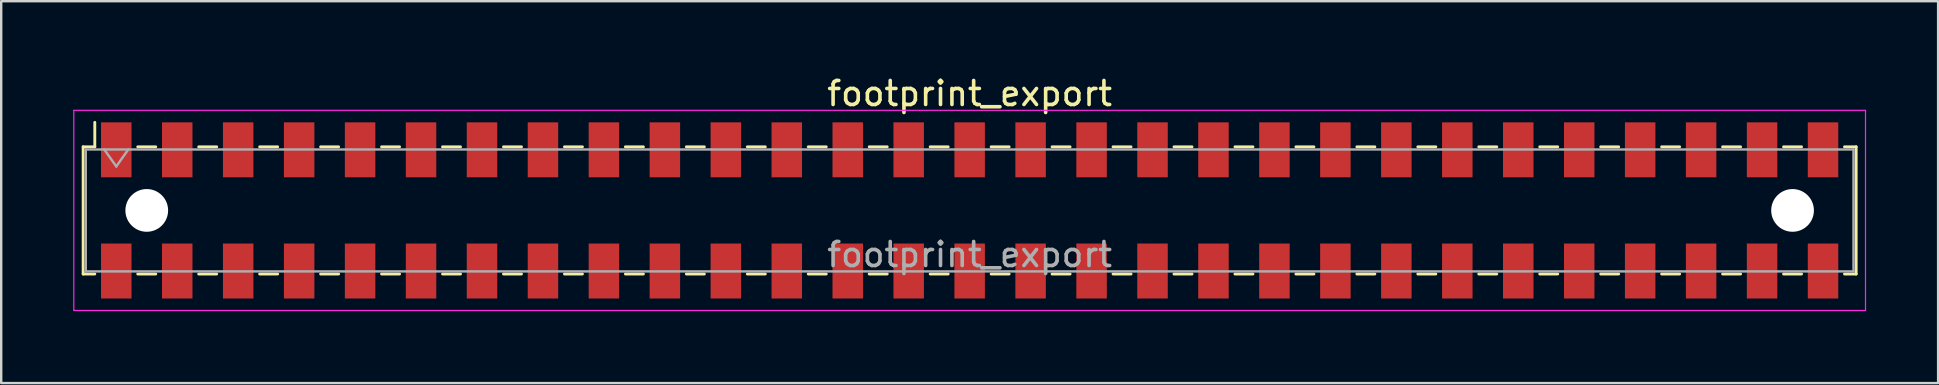
<source format=kicad_pcb>
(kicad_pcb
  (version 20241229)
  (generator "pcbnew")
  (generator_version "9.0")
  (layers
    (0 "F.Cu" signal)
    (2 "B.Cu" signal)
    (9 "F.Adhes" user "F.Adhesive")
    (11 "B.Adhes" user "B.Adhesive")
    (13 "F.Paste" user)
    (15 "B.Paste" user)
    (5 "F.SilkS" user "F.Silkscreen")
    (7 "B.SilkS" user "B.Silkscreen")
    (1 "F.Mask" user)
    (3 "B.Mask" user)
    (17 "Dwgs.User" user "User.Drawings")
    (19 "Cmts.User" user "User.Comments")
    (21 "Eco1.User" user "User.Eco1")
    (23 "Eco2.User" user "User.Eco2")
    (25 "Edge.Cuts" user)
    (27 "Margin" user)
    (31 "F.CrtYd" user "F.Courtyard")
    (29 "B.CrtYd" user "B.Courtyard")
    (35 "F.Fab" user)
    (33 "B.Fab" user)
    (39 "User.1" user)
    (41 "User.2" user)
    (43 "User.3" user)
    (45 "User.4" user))
  (footprint "footprint_export"
    (layer "F.Cu")
    (at 37.355 5.718)
    (property "Reference" "footprint_export" (at 0 -4.87 0) (layer "F.SilkS") (effects (font (size 1 1) (thickness 0.15))))
    (attr smd)
    (fp_line (start -36.94 -2.65) (end -36.94 2.65) (stroke (width 0.12) (type solid)) (layer "F.SilkS"))
    (fp_line (start -36.94 2.65) (end -36.455 2.65) (stroke (width 0.12) (type solid)) (layer "F.SilkS"))
    (fp_line (start -36.455 -3.67) (end -36.455 -2.65) (stroke (width 0.12) (type solid)) (layer "F.SilkS"))
    (fp_line (start -36.455 -2.65) (end -36.94 -2.65) (stroke (width 0.12) (type solid)) (layer "F.SilkS"))
    (fp_line (start -34.665 -2.65) (end -33.915 -2.65) (stroke (width 0.12) (type solid)) (layer "F.SilkS"))
    (fp_line (start -34.665 2.65) (end -33.915 2.65) (stroke (width 0.12) (type solid)) (layer "F.SilkS"))
    (fp_line (start -32.125 -2.65) (end -31.375 -2.65) (stroke (width 0.12) (type solid)) (layer "F.SilkS"))
    (fp_line (start -32.125 2.65) (end -31.375 2.65) (stroke (width 0.12) (type solid)) (layer "F.SilkS"))
    (fp_line (start -29.585 -2.65) (end -28.835 -2.65) (stroke (width 0.12) (type solid)) (layer "F.SilkS"))
    (fp_line (start -29.585 2.65) (end -28.835 2.65) (stroke (width 0.12) (type solid)) (layer "F.SilkS"))
    (fp_line (start -27.045 -2.65) (end -26.295 -2.65) (stroke (width 0.12) (type solid)) (layer "F.SilkS"))
    (fp_line (start -27.045 2.65) (end -26.295 2.65) (stroke (width 0.12) (type solid)) (layer "F.SilkS"))
    (fp_line (start -24.505 -2.65) (end -23.755 -2.65) (stroke (width 0.12) (type solid)) (layer "F.SilkS"))
    (fp_line (start -24.505 2.65) (end -23.755 2.65) (stroke (width 0.12) (type solid)) (layer "F.SilkS"))
    (fp_line (start -21.965 -2.65) (end -21.215 -2.65) (stroke (width 0.12) (type solid)) (layer "F.SilkS"))
    (fp_line (start -21.965 2.65) (end -21.215 2.65) (stroke (width 0.12) (type solid)) (layer "F.SilkS"))
    (fp_line (start -19.425 -2.65) (end -18.675 -2.65) (stroke (width 0.12) (type solid)) (layer "F.SilkS"))
    (fp_line (start -19.425 2.65) (end -18.675 2.65) (stroke (width 0.12) (type solid)) (layer "F.SilkS"))
    (fp_line (start -16.885 -2.65) (end -16.135 -2.65) (stroke (width 0.12) (type solid)) (layer "F.SilkS"))
    (fp_line (start -16.885 2.65) (end -16.135 2.65) (stroke (width 0.12) (type solid)) (layer "F.SilkS"))
    (fp_line (start -14.345 -2.65) (end -13.595 -2.65) (stroke (width 0.12) (type solid)) (layer "F.SilkS"))
    (fp_line (start -14.345 2.65) (end -13.595 2.65) (stroke (width 0.12) (type solid)) (layer "F.SilkS"))
    (fp_line (start -11.805 -2.65) (end -11.055 -2.65) (stroke (width 0.12) (type solid)) (layer "F.SilkS"))
    (fp_line (start -11.805 2.65) (end -11.055 2.65) (stroke (width 0.12) (type solid)) (layer "F.SilkS"))
    (fp_line (start -9.265 -2.65) (end -8.515 -2.65) (stroke (width 0.12) (type solid)) (layer "F.SilkS"))
    (fp_line (start -9.265 2.65) (end -8.515 2.65) (stroke (width 0.12) (type solid)) (layer "F.SilkS"))
    (fp_line (start -6.725 -2.65) (end -5.975 -2.65) (stroke (width 0.12) (type solid)) (layer "F.SilkS"))
    (fp_line (start -6.725 2.65) (end -5.975 2.65) (stroke (width 0.12) (type solid)) (layer "F.SilkS"))
    (fp_line (start -4.185 -2.65) (end -3.435 -2.65) (stroke (width 0.12) (type solid)) (layer "F.SilkS"))
    (fp_line (start -4.185 2.65) (end -3.435 2.65) (stroke (width 0.12) (type solid)) (layer "F.SilkS"))
    (fp_line (start -1.645 -2.65) (end -0.895 -2.65) (stroke (width 0.12) (type solid)) (layer "F.SilkS"))
    (fp_line (start -1.645 2.65) (end -0.895 2.65) (stroke (width 0.12) (type solid)) (layer "F.SilkS"))
    (fp_line (start 0.895 -2.65) (end 1.645 -2.65) (stroke (width 0.12) (type solid)) (layer "F.SilkS"))
    (fp_line (start 0.895 2.65) (end 1.645 2.65) (stroke (width 0.12) (type solid)) (layer "F.SilkS"))
    (fp_line (start 3.435 -2.65) (end 4.185 -2.65) (stroke (width 0.12) (type solid)) (layer "F.SilkS"))
    (fp_line (start 3.435 2.65) (end 4.185 2.65) (stroke (width 0.12) (type solid)) (layer "F.SilkS"))
    (fp_line (start 5.975 -2.65) (end 6.725 -2.65) (stroke (width 0.12) (type solid)) (layer "F.SilkS"))
    (fp_line (start 5.975 2.65) (end 6.725 2.65) (stroke (width 0.12) (type solid)) (layer "F.SilkS"))
    (fp_line (start 8.515 -2.65) (end 9.265 -2.65) (stroke (width 0.12) (type solid)) (layer "F.SilkS"))
    (fp_line (start 8.515 2.65) (end 9.265 2.65) (stroke (width 0.12) (type solid)) (layer "F.SilkS"))
    (fp_line (start 11.055 -2.65) (end 11.805 -2.65) (stroke (width 0.12) (type solid)) (layer "F.SilkS"))
    (fp_line (start 11.055 2.65) (end 11.805 2.65) (stroke (width 0.12) (type solid)) (layer "F.SilkS"))
    (fp_line (start 13.595 -2.65) (end 14.345 -2.65) (stroke (width 0.12) (type solid)) (layer "F.SilkS"))
    (fp_line (start 13.595 2.65) (end 14.345 2.65) (stroke (width 0.12) (type solid)) (layer "F.SilkS"))
    (fp_line (start 16.135 -2.65) (end 16.885 -2.65) (stroke (width 0.12) (type solid)) (layer "F.SilkS"))
    (fp_line (start 16.135 2.65) (end 16.885 2.65) (stroke (width 0.12) (type solid)) (layer "F.SilkS"))
    (fp_line (start 18.675 -2.65) (end 19.425 -2.65) (stroke (width 0.12) (type solid)) (layer "F.SilkS"))
    (fp_line (start 18.675 2.65) (end 19.425 2.65) (stroke (width 0.12) (type solid)) (layer "F.SilkS"))
    (fp_line (start 21.215 -2.65) (end 21.965 -2.65) (stroke (width 0.12) (type solid)) (layer "F.SilkS"))
    (fp_line (start 21.215 2.65) (end 21.965 2.65) (stroke (width 0.12) (type solid)) (layer "F.SilkS"))
    (fp_line (start 23.755 -2.65) (end 24.505 -2.65) (stroke (width 0.12) (type solid)) (layer "F.SilkS"))
    (fp_line (start 23.755 2.65) (end 24.505 2.65) (stroke (width 0.12) (type solid)) (layer "F.SilkS"))
    (fp_line (start 26.295 -2.65) (end 27.045 -2.65) (stroke (width 0.12) (type solid)) (layer "F.SilkS"))
    (fp_line (start 26.295 2.65) (end 27.045 2.65) (stroke (width 0.12) (type solid)) (layer "F.SilkS"))
    (fp_line (start 28.835 -2.65) (end 29.585 -2.65) (stroke (width 0.12) (type solid)) (layer "F.SilkS"))
    (fp_line (start 28.835 2.65) (end 29.585 2.65) (stroke (width 0.12) (type solid)) (layer "F.SilkS"))
    (fp_line (start 31.375 -2.65) (end 32.125 -2.65) (stroke (width 0.12) (type solid)) (layer "F.SilkS"))
    (fp_line (start 31.375 2.65) (end 32.125 2.65) (stroke (width 0.12) (type solid)) (layer "F.SilkS"))
    (fp_line (start 33.915 -2.65) (end 34.665 -2.65) (stroke (width 0.12) (type solid)) (layer "F.SilkS"))
    (fp_line (start 33.915 2.65) (end 34.665 2.65) (stroke (width 0.12) (type solid)) (layer "F.SilkS"))
    (fp_line (start 36.455 -2.65) (end 36.94 -2.65) (stroke (width 0.12) (type solid)) (layer "F.SilkS"))
    (fp_line (start 36.94 -2.65) (end 36.94 2.65) (stroke (width 0.12) (type solid)) (layer "F.SilkS"))
    (fp_line (start 36.94 2.65) (end 36.455 2.65) (stroke (width 0.12) (type solid)) (layer "F.SilkS"))
    (fp_line (start -37.33 -4.17) (end 37.33 -4.17) (stroke (width 0.05) (type solid)) (layer "F.CrtYd"))
    (fp_line (start -37.33 4.17) (end -37.33 -4.17) (stroke (width 0.05) (type solid)) (layer "F.CrtYd"))
    (fp_line (start 37.33 -4.17) (end 37.33 4.17) (stroke (width 0.05) (type solid)) (layer "F.CrtYd"))
    (fp_line (start 37.33 4.17) (end -37.33 4.17) (stroke (width 0.05) (type solid)) (layer "F.CrtYd"))
    (fp_line (start -36.83 -2.54) (end 36.83 -2.54) (stroke (width 0.1) (type solid)) (layer "F.Fab"))
    (fp_line (start -36.83 2.54) (end -36.83 -2.54) (stroke (width 0.1) (type solid)) (layer "F.Fab"))
    (fp_line (start -36.06 -2.54) (end -35.56 -1.833) (stroke (width 0.1) (type solid)) (layer "F.Fab"))
    (fp_line (start -35.56 -1.833) (end -35.06 -2.54) (stroke (width 0.1) (type solid)) (layer "F.Fab"))
    (fp_line (start 36.83 -2.54) (end 36.83 2.54) (stroke (width 0.1) (type solid)) (layer "F.Fab"))
    (fp_line (start 36.83 2.54) (end -36.83 2.54) (stroke (width 0.1) (type solid)) (layer "F.Fab"))
    (fp_text user "${REFERENCE}" (at 0 1.84 0) (layer "F.Fab") (effects (font (size 1 1) (thickness 0.15))))
    (pad "" np_thru_hole circle (at -34.29 0) (size 1.78 1.78) (drill 1.78) (layers "*.Cu" "*.Mask"))
    (pad "" np_thru_hole circle (at 34.29 0) (size 1.78 1.78) (drill 1.78) (layers "*.Cu" "*.Mask"))
    (pad "1" smd rect (at -35.56 -2.525) (size 1.27 2.29) (layers "F.Cu" "F.Mask" "F.Paste"))
    (pad "2" smd rect (at -35.56 2.525) (size 1.27 2.29) (layers "F.Cu" "F.Mask" "F.Paste"))
    (pad "3" smd rect (at -33.02 -2.525) (size 1.27 2.29) (layers "F.Cu" "F.Mask" "F.Paste"))
    (pad "4" smd rect (at -33.02 2.525) (size 1.27 2.29) (layers "F.Cu" "F.Mask" "F.Paste"))
    (pad "5" smd rect (at -30.48 -2.525) (size 1.27 2.29) (layers "F.Cu" "F.Mask" "F.Paste"))
    (pad "6" smd rect (at -30.48 2.525) (size 1.27 2.29) (layers "F.Cu" "F.Mask" "F.Paste"))
    (pad "7" smd rect (at -27.94 -2.525) (size 1.27 2.29) (layers "F.Cu" "F.Mask" "F.Paste"))
    (pad "8" smd rect (at -27.94 2.525) (size 1.27 2.29) (layers "F.Cu" "F.Mask" "F.Paste"))
    (pad "9" smd rect (at -25.4 -2.525) (size 1.27 2.29) (layers "F.Cu" "F.Mask" "F.Paste"))
    (pad "10" smd rect (at -25.4 2.525) (size 1.27 2.29) (layers "F.Cu" "F.Mask" "F.Paste"))
    (pad "11" smd rect (at -22.86 -2.525) (size 1.27 2.29) (layers "F.Cu" "F.Mask" "F.Paste"))
    (pad "12" smd rect (at -22.86 2.525) (size 1.27 2.29) (layers "F.Cu" "F.Mask" "F.Paste"))
    (pad "13" smd rect (at -20.32 -2.525) (size 1.27 2.29) (layers "F.Cu" "F.Mask" "F.Paste"))
    (pad "14" smd rect (at -20.32 2.525) (size 1.27 2.29) (layers "F.Cu" "F.Mask" "F.Paste"))
    (pad "15" smd rect (at -17.78 -2.525) (size 1.27 2.29) (layers "F.Cu" "F.Mask" "F.Paste"))
    (pad "16" smd rect (at -17.78 2.525) (size 1.27 2.29) (layers "F.Cu" "F.Mask" "F.Paste"))
    (pad "17" smd rect (at -15.24 -2.525) (size 1.27 2.29) (layers "F.Cu" "F.Mask" "F.Paste"))
    (pad "18" smd rect (at -15.24 2.525) (size 1.27 2.29) (layers "F.Cu" "F.Mask" "F.Paste"))
    (pad "19" smd rect (at -12.7 -2.525) (size 1.27 2.29) (layers "F.Cu" "F.Mask" "F.Paste"))
    (pad "20" smd rect (at -12.7 2.525) (size 1.27 2.29) (layers "F.Cu" "F.Mask" "F.Paste"))
    (pad "21" smd rect (at -10.16 -2.525) (size 1.27 2.29) (layers "F.Cu" "F.Mask" "F.Paste"))
    (pad "22" smd rect (at -10.16 2.525) (size 1.27 2.29) (layers "F.Cu" "F.Mask" "F.Paste"))
    (pad "23" smd rect (at -7.62 -2.525) (size 1.27 2.29) (layers "F.Cu" "F.Mask" "F.Paste"))
    (pad "24" smd rect (at -7.62 2.525) (size 1.27 2.29) (layers "F.Cu" "F.Mask" "F.Paste"))
    (pad "25" smd rect (at -5.08 -2.525) (size 1.27 2.29) (layers "F.Cu" "F.Mask" "F.Paste"))
    (pad "26" smd rect (at -5.08 2.525) (size 1.27 2.29) (layers "F.Cu" "F.Mask" "F.Paste"))
    (pad "27" smd rect (at -2.54 -2.525) (size 1.27 2.29) (layers "F.Cu" "F.Mask" "F.Paste"))
    (pad "28" smd rect (at -2.54 2.525) (size 1.27 2.29) (layers "F.Cu" "F.Mask" "F.Paste"))
    (pad "29" smd rect (at 0 -2.525) (size 1.27 2.29) (layers "F.Cu" "F.Mask" "F.Paste"))
    (pad "30" smd rect (at 0 2.525) (size 1.27 2.29) (layers "F.Cu" "F.Mask" "F.Paste"))
    (pad "31" smd rect (at 2.54 -2.525) (size 1.27 2.29) (layers "F.Cu" "F.Mask" "F.Paste"))
    (pad "32" smd rect (at 2.54 2.525) (size 1.27 2.29) (layers "F.Cu" "F.Mask" "F.Paste"))
    (pad "33" smd rect (at 5.08 -2.525) (size 1.27 2.29) (layers "F.Cu" "F.Mask" "F.Paste"))
    (pad "34" smd rect (at 5.08 2.525) (size 1.27 2.29) (layers "F.Cu" "F.Mask" "F.Paste"))
    (pad "35" smd rect (at 7.62 -2.525) (size 1.27 2.29) (layers "F.Cu" "F.Mask" "F.Paste"))
    (pad "36" smd rect (at 7.62 2.525) (size 1.27 2.29) (layers "F.Cu" "F.Mask" "F.Paste"))
    (pad "37" smd rect (at 10.16 -2.525) (size 1.27 2.29) (layers "F.Cu" "F.Mask" "F.Paste"))
    (pad "38" smd rect (at 10.16 2.525) (size 1.27 2.29) (layers "F.Cu" "F.Mask" "F.Paste"))
    (pad "39" smd rect (at 12.7 -2.525) (size 1.27 2.29) (layers "F.Cu" "F.Mask" "F.Paste"))
    (pad "40" smd rect (at 12.7 2.525) (size 1.27 2.29) (layers "F.Cu" "F.Mask" "F.Paste"))
    (pad "41" smd rect (at 15.24 -2.525) (size 1.27 2.29) (layers "F.Cu" "F.Mask" "F.Paste"))
    (pad "42" smd rect (at 15.24 2.525) (size 1.27 2.29) (layers "F.Cu" "F.Mask" "F.Paste"))
    (pad "43" smd rect (at 17.78 -2.525) (size 1.27 2.29) (layers "F.Cu" "F.Mask" "F.Paste"))
    (pad "44" smd rect (at 17.78 2.525) (size 1.27 2.29) (layers "F.Cu" "F.Mask" "F.Paste"))
    (pad "45" smd rect (at 20.32 -2.525) (size 1.27 2.29) (layers "F.Cu" "F.Mask" "F.Paste"))
    (pad "46" smd rect (at 20.32 2.525) (size 1.27 2.29) (layers "F.Cu" "F.Mask" "F.Paste"))
    (pad "47" smd rect (at 22.86 -2.525) (size 1.27 2.29) (layers "F.Cu" "F.Mask" "F.Paste"))
    (pad "48" smd rect (at 22.86 2.525) (size 1.27 2.29) (layers "F.Cu" "F.Mask" "F.Paste"))
    (pad "49" smd rect (at 25.4 -2.525) (size 1.27 2.29) (layers "F.Cu" "F.Mask" "F.Paste"))
    (pad "50" smd rect (at 25.4 2.525) (size 1.27 2.29) (layers "F.Cu" "F.Mask" "F.Paste"))
    (pad "51" smd rect (at 27.94 -2.525) (size 1.27 2.29) (layers "F.Cu" "F.Mask" "F.Paste"))
    (pad "52" smd rect (at 27.94 2.525) (size 1.27 2.29) (layers "F.Cu" "F.Mask" "F.Paste"))
    (pad "53" smd rect (at 30.48 -2.525) (size 1.27 2.29) (layers "F.Cu" "F.Mask" "F.Paste"))
    (pad "54" smd rect (at 30.48 2.525) (size 1.27 2.29) (layers "F.Cu" "F.Mask" "F.Paste"))
    (pad "55" smd rect (at 33.02 -2.525) (size 1.27 2.29) (layers "F.Cu" "F.Mask" "F.Paste"))
    (pad "56" smd rect (at 33.02 2.525) (size 1.27 2.29) (layers "F.Cu" "F.Mask" "F.Paste"))
    (pad "57" smd rect (at 35.56 -2.525) (size 1.27 2.29) (layers "F.Cu" "F.Mask" "F.Paste"))
    (pad "58" smd rect (at 35.56 2.525) (size 1.27 2.29) (layers "F.Cu" "F.Mask" "F.Paste")))
  (gr_rect
    (start -3 -3)
    (end 77.71 12.913)
    (stroke (width 0.1) (type default))
    (fill no)
    (layer "Edge.Cuts")))
</source>
